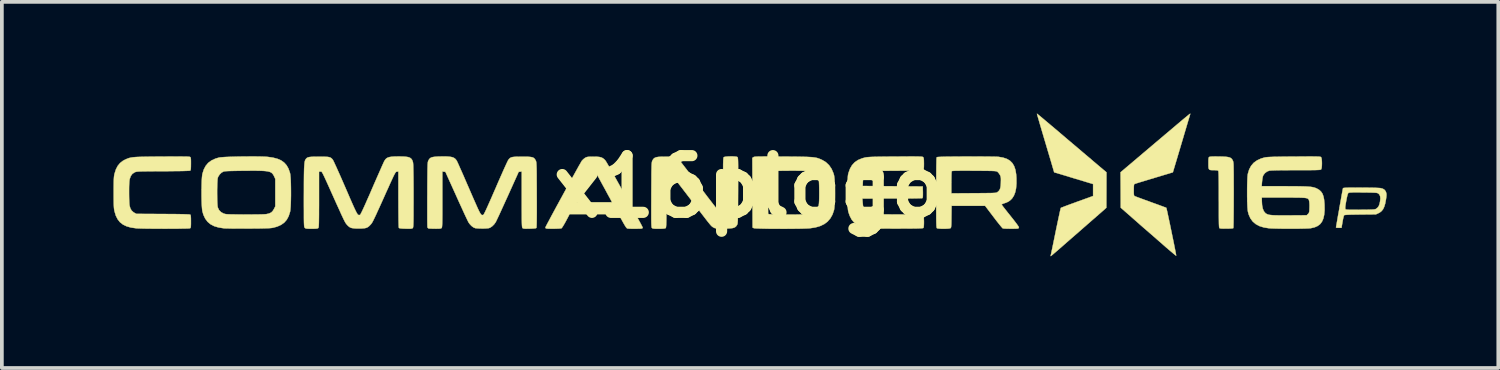
<source format=kicad_pcb>
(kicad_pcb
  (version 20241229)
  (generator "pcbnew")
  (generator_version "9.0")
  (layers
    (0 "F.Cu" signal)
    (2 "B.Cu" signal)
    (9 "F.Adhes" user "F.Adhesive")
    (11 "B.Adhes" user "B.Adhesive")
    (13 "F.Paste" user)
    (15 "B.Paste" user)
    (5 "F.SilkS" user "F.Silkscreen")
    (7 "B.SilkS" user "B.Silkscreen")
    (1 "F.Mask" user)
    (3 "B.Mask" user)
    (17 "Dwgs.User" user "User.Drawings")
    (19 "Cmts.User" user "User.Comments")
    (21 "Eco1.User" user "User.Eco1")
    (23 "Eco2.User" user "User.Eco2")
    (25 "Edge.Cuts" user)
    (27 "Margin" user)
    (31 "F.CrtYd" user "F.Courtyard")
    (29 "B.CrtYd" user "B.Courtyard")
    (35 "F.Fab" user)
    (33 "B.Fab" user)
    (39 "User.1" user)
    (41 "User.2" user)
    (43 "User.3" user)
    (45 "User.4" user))
  (footprint "x16plogo"
    (layer "F.Cu")
    (at 17.067 1.967)
    (property "Reference" "x16plogo" (at 0 0 0) (layer "F.SilkS") (effects (font (size 1.524 1.524) (thickness 0.3))))
    (attr through_hole)
    (fp_poly (pts (xy 12.629 -0.811) (xy 12.647 -0.811) (xy 12.747 -0.808) (xy 12.825 -0.804) (xy 12.884 -0.796) (xy 12.928 -0.785) (xy 12.96 -0.769) (xy 12.984 -0.748) (xy 13.004 -0.719) (xy 13.011 -0.705) (xy 13.016 -0.694) (xy 13.02 -0.683) (xy 13.024 -0.668) (xy 13.027 -0.648) (xy 13.03 -0.622) (xy 13.032 -0.586) (xy 13.033 -0.541) (xy 13.034 -0.483) (xy 13.035 -0.411) (xy 13.036 -0.322) (xy 13.036 -0.216) (xy 13.036 -0.09) (xy 13.037 0.058) (xy 13.037 0.224) (xy 13.036 0.372) (xy 13.036 0.511) (xy 13.035 0.642) (xy 13.034 0.76) (xy 13.033 0.865) (xy 13.032 0.954) (xy 13.03 1.026) (xy 13.029 1.077) (xy 13.027 1.107) (xy 13.026 1.113) (xy 13.009 1.119) (xy 12.972 1.123) (xy 12.921 1.125) (xy 12.863 1.127) (xy 12.802 1.127) (xy 12.746 1.126) (xy 12.699 1.124) (xy 12.667 1.12) (xy 12.659 1.117) (xy 12.654 1.113) (xy 12.65 1.106) (xy 12.647 1.093) (xy 12.644 1.073) (xy 12.642 1.044) (xy 12.64 1.003) (xy 12.639 0.95) (xy 12.638 0.882) (xy 12.637 0.797) (xy 12.637 0.694) (xy 12.637 0.569) (xy 12.637 0.422) (xy 12.636 0.345) (xy 12.636 0.177) (xy 12.636 0.033) (xy 12.635 -0.089) (xy 12.634 -0.19) (xy 12.633 -0.27) (xy 12.631 -0.333) (xy 12.629 -0.379) (xy 12.626 -0.409) (xy 12.623 -0.426) (xy 12.621 -0.429) (xy 12.6 -0.438) (xy 12.558 -0.443) (xy 12.506 -0.445) (xy 12.448 -0.445) (xy 12.407 -0.449) (xy 12.381 -0.46) (xy 12.366 -0.482) (xy 12.359 -0.52) (xy 12.357 -0.576) (xy 12.357 -0.629) (xy 12.357 -0.695) (xy 12.359 -0.74) (xy 12.362 -0.769) (xy 12.367 -0.786) (xy 12.376 -0.796) (xy 12.384 -0.801) (xy 12.409 -0.807) (xy 12.458 -0.81) (xy 12.531 -0.812) (xy 12.629 -0.811)) (stroke (width 0.01) (type solid)) (fill yes) (layer "F.SilkS"))
    (fp_poly (pts (xy 7.759 -1.955) (xy 7.787 -1.933) (xy 7.831 -1.897) (xy 7.889 -1.849) (xy 7.96 -1.789) (xy 8.041 -1.721) (xy 8.132 -1.644) (xy 8.231 -1.561) (xy 8.335 -1.473) (xy 8.338 -1.47) (xy 8.456 -1.37) (xy 8.579 -1.265) (xy 8.704 -1.159) (xy 8.828 -1.055) (xy 8.946 -0.954) (xy 9.057 -0.86) (xy 9.156 -0.777) (xy 9.24 -0.705) (xy 9.269 -0.68) (xy 9.617 -0.386) (xy 9.616 0.09) (xy 9.614 0.565) (xy 9.572 0.603) (xy 9.553 0.621) (xy 9.517 0.652) (xy 9.467 0.696) (xy 9.405 0.75) (xy 9.335 0.811) (xy 9.258 0.878) (xy 9.202 0.927) (xy 9.11 1.007) (xy 9.005 1.099) (xy 8.891 1.199) (xy 8.774 1.301) (xy 8.659 1.401) (xy 8.551 1.495) (xy 8.5 1.54) (xy 8.418 1.612) (xy 8.341 1.679) (xy 8.273 1.738) (xy 8.214 1.788) (xy 8.168 1.828) (xy 8.136 1.854) (xy 8.121 1.866) (xy 8.12 1.867) (xy 8.118 1.857) (xy 8.12 1.845) (xy 8.124 1.827) (xy 8.133 1.787) (xy 8.145 1.73) (xy 8.16 1.659) (xy 8.177 1.577) (xy 8.192 1.505) (xy 8.23 1.319) (xy 8.263 1.157) (xy 8.292 1.018) (xy 8.317 0.9) (xy 8.338 0.802) (xy 8.355 0.723) (xy 8.368 0.662) (xy 8.379 0.617) (xy 8.386 0.587) (xy 8.391 0.572) (xy 8.393 0.569) (xy 8.406 0.563) (xy 8.441 0.55) (xy 8.494 0.529) (xy 8.563 0.503) (xy 8.644 0.473) (xy 8.736 0.439) (xy 8.83 0.405) (xy 9.258 0.25) (xy 9.258 -0.071) (xy 8.735 -0.229) (xy 8.212 -0.387) (xy 8.169 -0.533) (xy 8.157 -0.574) (xy 8.139 -0.637) (xy 8.115 -0.718) (xy 8.086 -0.814) (xy 8.054 -0.922) (xy 8.019 -1.04) (xy 7.982 -1.165) (xy 7.944 -1.292) (xy 7.936 -1.319) (xy 7.9 -1.441) (xy 7.866 -1.556) (xy 7.835 -1.661) (xy 7.808 -1.754) (xy 7.785 -1.833) (xy 7.767 -1.895) (xy 7.755 -1.938) (xy 7.75 -1.96) (xy 7.749 -1.962) (xy 7.759 -1.955)) (stroke (width 0.01) (type solid)) (fill yes) (layer "F.SilkS"))
    (fp_poly (pts (xy 11.87 -1.959) (xy 11.869 -1.955) (xy 11.869 -1.954) (xy 11.864 -1.939) (xy 11.853 -1.902) (xy 11.836 -1.845) (xy 11.813 -1.769) (xy 11.786 -1.678) (xy 11.755 -1.573) (xy 11.72 -1.456) (xy 11.683 -1.33) (xy 11.643 -1.196) (xy 11.633 -1.162) (xy 11.593 -1.027) (xy 11.555 -0.9) (xy 11.52 -0.782) (xy 11.488 -0.675) (xy 11.46 -0.582) (xy 11.437 -0.505) (xy 11.419 -0.445) (xy 11.407 -0.405) (xy 11.401 -0.387) (xy 11.4 -0.386) (xy 11.388 -0.382) (xy 11.354 -0.372) (xy 11.301 -0.356) (xy 11.231 -0.335) (xy 11.147 -0.31) (xy 11.052 -0.281) (xy 10.948 -0.25) (xy 10.903 -0.236) (xy 10.795 -0.204) (xy 10.693 -0.173) (xy 10.601 -0.145) (xy 10.521 -0.121) (xy 10.457 -0.101) (xy 10.41 -0.086) (xy 10.384 -0.078) (xy 10.38 -0.077) (xy 10.368 -0.07) (xy 10.36 -0.06) (xy 10.356 -0.04) (xy 10.353 -0.008) (xy 10.352 0.043) (xy 10.351 0.088) (xy 10.351 0.153) (xy 10.353 0.198) (xy 10.356 0.226) (xy 10.362 0.243) (xy 10.371 0.251) (xy 10.373 0.252) (xy 10.39 0.259) (xy 10.427 0.274) (xy 10.483 0.295) (xy 10.554 0.321) (xy 10.638 0.352) (xy 10.73 0.385) (xy 10.808 0.414) (xy 10.905 0.449) (xy 10.994 0.481) (xy 11.072 0.51) (xy 11.137 0.534) (xy 11.186 0.552) (xy 11.216 0.563) (xy 11.225 0.567) (xy 11.229 0.58) (xy 11.237 0.615) (xy 11.25 0.669) (xy 11.265 0.74) (xy 11.283 0.824) (xy 11.303 0.919) (xy 11.325 1.022) (xy 11.347 1.13) (xy 11.37 1.24) (xy 11.392 1.349) (xy 11.414 1.454) (xy 11.434 1.553) (xy 11.452 1.643) (xy 11.467 1.72) (xy 11.479 1.783) (xy 11.487 1.827) (xy 11.491 1.851) (xy 11.491 1.854) (xy 11.481 1.849) (xy 11.454 1.828) (xy 11.412 1.794) (xy 11.358 1.748) (xy 11.293 1.693) (xy 11.219 1.63) (xy 11.139 1.56) (xy 11.132 1.553) (xy 11.048 1.48) (xy 10.968 1.41) (xy 10.895 1.346) (xy 10.83 1.289) (xy 10.776 1.243) (xy 10.737 1.208) (xy 10.715 1.189) (xy 10.69 1.168) (xy 10.65 1.133) (xy 10.595 1.086) (xy 10.53 1.029) (xy 10.458 0.965) (xy 10.379 0.896) (xy 10.327 0.85) (xy 10.001 0.564) (xy 9.999 0.088) (xy 9.996 -0.387) (xy 10.904 -1.156) (xy 11.063 -1.29) (xy 11.203 -1.409) (xy 11.327 -1.513) (xy 11.434 -1.604) (xy 11.526 -1.682) (xy 11.605 -1.748) (xy 11.67 -1.803) (xy 11.724 -1.848) (xy 11.768 -1.884) (xy 11.802 -1.912) (xy 11.828 -1.933) (xy 11.846 -1.947) (xy 11.858 -1.956) (xy 11.866 -1.96) (xy 11.869 -1.961) (xy 11.87 -1.959)) (stroke (width 0.01) (type solid)) (fill yes) (layer "F.SilkS"))
    (fp_poly (pts (xy 16.558 0.026) (xy 16.664 0.027) (xy 16.76 0.028) (xy 16.843 0.03) (xy 16.91 0.033) (xy 16.958 0.036) (xy 16.981 0.038) (xy 17.046 0.056) (xy 17.091 0.085) (xy 17.121 0.126) (xy 17.131 0.153) (xy 17.139 0.181) (xy 17.142 0.209) (xy 17.141 0.243) (xy 17.136 0.29) (xy 17.127 0.349) (xy 17.107 0.455) (xy 17.082 0.538) (xy 17.051 0.604) (xy 17.012 0.654) (xy 16.964 0.692) (xy 16.93 0.71) (xy 16.859 0.743) (xy 16.438 0.747) (xy 16.317 0.749) (xy 16.22 0.75) (xy 16.144 0.752) (xy 16.087 0.755) (xy 16.046 0.758) (xy 16.02 0.761) (xy 16.005 0.766) (xy 16.002 0.768) (xy 15.995 0.787) (xy 15.985 0.825) (xy 15.973 0.877) (xy 15.962 0.939) (xy 15.961 0.945) (xy 15.933 1.105) (xy 15.86 1.105) (xy 15.82 1.104) (xy 15.794 1.101) (xy 15.786 1.097) (xy 15.788 1.082) (xy 15.794 1.046) (xy 15.804 0.99) (xy 15.816 0.92) (xy 15.83 0.837) (xy 15.846 0.746) (xy 15.864 0.649) (xy 15.879 0.561) (xy 16.033 0.561) (xy 16.034 0.585) (xy 16.038 0.6) (xy 16.041 0.604) (xy 16.048 0.61) (xy 16.061 0.614) (xy 16.083 0.617) (xy 16.117 0.619) (xy 16.164 0.621) (xy 16.229 0.621) (xy 16.312 0.621) (xy 16.418 0.62) (xy 16.445 0.62) (xy 16.555 0.619) (xy 16.642 0.618) (xy 16.71 0.616) (xy 16.761 0.614) (xy 16.798 0.612) (xy 16.825 0.608) (xy 16.843 0.604) (xy 16.858 0.598) (xy 16.87 0.59) (xy 16.875 0.586) (xy 16.911 0.555) (xy 16.937 0.515) (xy 16.956 0.462) (xy 16.97 0.395) (xy 16.978 0.316) (xy 16.971 0.254) (xy 16.949 0.209) (xy 16.925 0.185) (xy 16.914 0.178) (xy 16.901 0.172) (xy 16.883 0.167) (xy 16.857 0.163) (xy 16.821 0.161) (xy 16.771 0.159) (xy 16.704 0.157) (xy 16.618 0.156) (xy 16.512 0.155) (xy 16.403 0.154) (xy 16.317 0.154) (xy 16.251 0.154) (xy 16.202 0.155) (xy 16.167 0.157) (xy 16.143 0.16) (xy 16.128 0.164) (xy 16.118 0.169) (xy 16.113 0.174) (xy 16.102 0.197) (xy 16.089 0.242) (xy 16.074 0.307) (xy 16.059 0.389) (xy 16.058 0.391) (xy 16.045 0.467) (xy 16.037 0.522) (xy 16.033 0.561) (xy 15.879 0.561) (xy 15.881 0.549) (xy 15.899 0.45) (xy 15.916 0.355) (xy 15.931 0.267) (xy 15.945 0.19) (xy 15.957 0.126) (xy 15.966 0.079) (xy 15.971 0.052) (xy 15.972 0.048) (xy 15.975 0.042) (xy 15.982 0.037) (xy 15.996 0.033) (xy 16.019 0.031) (xy 16.054 0.029) (xy 16.102 0.027) (xy 16.167 0.026) (xy 16.25 0.026) (xy 16.355 0.025) (xy 16.446 0.025) (xy 16.558 0.026)) (stroke (width 0.01) (type solid)) (fill yes) (layer "F.SilkS"))
    (fp_poly (pts (xy -4.079 -0.805) (xy -4.012 -0.799) (xy -3.961 -0.787) (xy -3.919 -0.767) (xy -3.882 -0.739) (xy -3.845 -0.699) (xy -3.834 -0.682) (xy -3.812 -0.645) (xy -3.779 -0.59) (xy -3.739 -0.519) (xy -3.691 -0.435) (xy -3.637 -0.339) (xy -3.577 -0.234) (xy -3.514 -0.121) (xy -3.448 -0.003) (xy -3.38 0.119) (xy -3.312 0.242) (xy -3.244 0.365) (xy -3.178 0.484) (xy -3.114 0.599) (xy -3.055 0.707) (xy -3.001 0.806) (xy -2.953 0.895) (xy -2.912 0.97) (xy -2.88 1.03) (xy -2.858 1.074) (xy -2.846 1.098) (xy -2.845 1.102) (xy -2.855 1.117) (xy -2.865 1.123) (xy -2.886 1.126) (xy -2.926 1.128) (xy -2.98 1.129) (xy -3.042 1.13) (xy -3.106 1.13) (xy -3.166 1.129) (xy -3.216 1.127) (xy -3.25 1.124) (xy -3.26 1.122) (xy -3.276 1.111) (xy -3.298 1.084) (xy -3.327 1.038) (xy -3.365 0.973) (xy -3.391 0.926) (xy -3.494 0.737) (xy -4.81 0.737) (xy -4.907 0.921) (xy -4.942 0.984) (xy -4.974 1.039) (xy -5.001 1.082) (xy -5.021 1.11) (xy -5.029 1.118) (xy -5.049 1.121) (xy -5.088 1.125) (xy -5.142 1.127) (xy -5.204 1.129) (xy -5.269 1.129) (xy -5.331 1.129) (xy -5.385 1.128) (xy -5.425 1.125) (xy -5.445 1.122) (xy -5.46 1.105) (xy -5.461 1.098) (xy -5.455 1.084) (xy -5.438 1.05) (xy -5.411 0.997) (xy -5.374 0.929) (xy -5.33 0.846) (xy -5.28 0.752) (xy -5.223 0.647) (xy -5.163 0.535) (xy -5.099 0.419) (xy -4.638 0.419) (xy -3.669 0.419) (xy -3.684 0.391) (xy -3.706 0.349) (xy -3.736 0.293) (xy -3.773 0.226) (xy -3.814 0.15) (xy -3.858 0.068) (xy -3.904 -0.015) (xy -3.949 -0.098) (xy -3.992 -0.177) (xy -4.031 -0.248) (xy -4.065 -0.31) (xy -4.092 -0.358) (xy -4.11 -0.39) (xy -4.118 -0.403) (xy -4.14 -0.416) (xy -4.159 -0.419) (xy -4.169 -0.416) (xy -4.181 -0.407) (xy -4.196 -0.388) (xy -4.215 -0.359) (xy -4.241 -0.315) (xy -4.274 -0.256) (xy -4.316 -0.179) (xy -4.368 -0.082) (xy -4.369 -0.079) (xy -4.417 0.01) (xy -4.463 0.096) (xy -4.506 0.175) (xy -4.543 0.244) (xy -4.572 0.298) (xy -4.591 0.334) (xy -4.594 0.34) (xy -4.638 0.419) (xy -5.099 0.419) (xy -5.099 0.418) (xy -5.032 0.296) (xy -4.965 0.173) (xy -4.898 0.05) (xy -4.831 -0.07) (xy -4.768 -0.186) (xy -4.707 -0.295) (xy -4.651 -0.396) (xy -4.601 -0.486) (xy -4.558 -0.563) (xy -4.522 -0.625) (xy -4.496 -0.671) (xy -4.48 -0.697) (xy -4.476 -0.702) (xy -4.441 -0.738) (xy -4.399 -0.771) (xy -4.389 -0.777) (xy -4.365 -0.789) (xy -4.342 -0.797) (xy -4.313 -0.802) (xy -4.273 -0.805) (xy -4.217 -0.806) (xy -4.166 -0.806) (xy -4.079 -0.805)) (stroke (width 0.01) (type solid)) (fill yes) (layer "F.SilkS"))
    (fp_poly (pts (xy 0.523 -0.812) (xy 0.639 -0.811) (xy 0.776 -0.81) (xy 0.93 -0.809) (xy 1.099 -0.808) (xy 1.246 -0.807) (xy 1.371 -0.805) (xy 1.477 -0.803) (xy 1.567 -0.801) (xy 1.642 -0.797) (xy 1.705 -0.793) (xy 1.757 -0.787) (xy 1.801 -0.78) (xy 1.84 -0.772) (xy 1.874 -0.761) (xy 1.907 -0.749) (xy 1.941 -0.735) (xy 1.977 -0.718) (xy 1.978 -0.718) (xy 2.079 -0.657) (xy 2.163 -0.577) (xy 2.23 -0.479) (xy 2.28 -0.362) (xy 2.296 -0.308) (xy 2.303 -0.263) (xy 2.31 -0.197) (xy 2.314 -0.114) (xy 2.318 -0.02) (xy 2.319 0.082) (xy 2.32 0.188) (xy 2.319 0.292) (xy 2.316 0.39) (xy 2.312 0.479) (xy 2.306 0.553) (xy 2.299 0.608) (xy 2.296 0.626) (xy 2.255 0.747) (xy 2.198 0.849) (xy 2.125 0.935) (xy 2.034 1.004) (xy 1.925 1.056) (xy 1.797 1.094) (xy 1.648 1.117) (xy 1.642 1.117) (xy 1.594 1.121) (xy 1.528 1.123) (xy 1.445 1.126) (xy 1.349 1.128) (xy 1.242 1.129) (xy 1.127 1.13) (xy 1.007 1.131) (xy 0.885 1.131) (xy 0.763 1.13) (xy 0.644 1.13) (xy 0.532 1.129) (xy 0.428 1.127) (xy 0.336 1.125) (xy 0.258 1.123) (xy 0.198 1.12) (xy 0.157 1.117) (xy 0.14 1.114) (xy 0.108 1.098) (xy 0.105 0.375) (xy 0.523 0.375) (xy 0.523 0.476) (xy 0.523 0.564) (xy 0.524 0.636) (xy 0.525 0.69) (xy 0.526 0.723) (xy 0.527 0.733) (xy 0.54 0.737) (xy 0.576 0.741) (xy 0.631 0.743) (xy 0.702 0.746) (xy 0.785 0.748) (xy 0.878 0.749) (xy 0.977 0.75) (xy 1.079 0.75) (xy 1.181 0.75) (xy 1.28 0.749) (xy 1.372 0.747) (xy 1.455 0.745) (xy 1.525 0.743) (xy 1.578 0.74) (xy 1.611 0.736) (xy 1.699 0.714) (xy 1.768 0.68) (xy 1.823 0.632) (xy 1.826 0.628) (xy 1.847 0.6) (xy 1.864 0.57) (xy 1.877 0.537) (xy 1.886 0.495) (xy 1.892 0.441) (xy 1.896 0.373) (xy 1.898 0.287) (xy 1.899 0.18) (xy 1.899 0.159) (xy 1.898 0.047) (xy 1.896 -0.042) (xy 1.893 -0.113) (xy 1.887 -0.169) (xy 1.878 -0.212) (xy 1.866 -0.247) (xy 1.851 -0.277) (xy 1.83 -0.305) (xy 1.826 -0.31) (xy 1.802 -0.337) (xy 1.777 -0.36) (xy 1.748 -0.379) (xy 1.713 -0.394) (xy 1.669 -0.406) (xy 1.616 -0.416) (xy 1.549 -0.422) (xy 1.468 -0.427) (xy 1.369 -0.429) (xy 1.25 -0.43) (xy 1.11 -0.43) (xy 1.029 -0.429) (xy 0.527 -0.425) (xy 0.524 0.146) (xy 0.523 0.264) (xy 0.523 0.375) (xy 0.105 0.375) (xy 0.105 0.162) (xy 0.101 -0.774) (xy 0.133 -0.794) (xy 0.141 -0.799) (xy 0.154 -0.802) (xy 0.172 -0.805) (xy 0.199 -0.807) (xy 0.236 -0.809) (xy 0.285 -0.811) (xy 0.348 -0.811) (xy 0.426 -0.812) (xy 0.523 -0.812)) (stroke (width 0.01) (type solid)) (fill yes) (layer "F.SilkS"))
    (fp_poly (pts (xy -15.225 -0.81) (xy -15.144 -0.809) (xy -15.083 -0.808) (xy -15.042 -0.805) (xy -15.018 -0.802) (xy -15.012 -0.801) (xy -15.002 -0.793) (xy -14.994 -0.782) (xy -14.99 -0.762) (xy -14.987 -0.729) (xy -14.986 -0.679) (xy -14.986 -0.617) (xy -14.987 -0.541) (xy -14.989 -0.487) (xy -14.994 -0.453) (xy -15.001 -0.436) (xy -15.003 -0.434) (xy -15.018 -0.43) (xy -15.055 -0.427) (xy -15.115 -0.425) (xy -15.198 -0.422) (xy -15.305 -0.42) (xy -15.436 -0.419) (xy -15.591 -0.417) (xy -15.73 -0.416) (xy -15.882 -0.416) (xy -16.011 -0.415) (xy -16.119 -0.414) (xy -16.208 -0.413) (xy -16.28 -0.412) (xy -16.337 -0.41) (xy -16.382 -0.408) (xy -16.416 -0.406) (xy -16.442 -0.403) (xy -16.461 -0.399) (xy -16.477 -0.395) (xy -16.49 -0.39) (xy -16.5 -0.385) (xy -16.56 -0.345) (xy -16.603 -0.286) (xy -16.631 -0.208) (xy -16.636 -0.185) (xy -16.641 -0.142) (xy -16.645 -0.079) (xy -16.648 -0.002) (xy -16.649 0.086) (xy -16.649 0.177) (xy -16.648 0.268) (xy -16.646 0.352) (xy -16.643 0.425) (xy -16.639 0.481) (xy -16.636 0.504) (xy -16.615 0.581) (xy -16.582 0.639) (xy -16.533 0.684) (xy -16.51 0.699) (xy -16.453 0.73) (xy -15.736 0.734) (xy -15.561 0.735) (xy -15.41 0.736) (xy -15.284 0.738) (xy -15.182 0.74) (xy -15.103 0.743) (xy -15.047 0.745) (xy -15.014 0.749) (xy -15.003 0.751) (xy -14.995 0.766) (xy -14.99 0.796) (xy -14.987 0.846) (xy -14.986 0.917) (xy -14.986 0.935) (xy -14.986 1.004) (xy -14.988 1.052) (xy -14.99 1.083) (xy -14.995 1.102) (xy -15.003 1.112) (xy -15.011 1.117) (xy -15.028 1.12) (xy -15.068 1.122) (xy -15.127 1.124) (xy -15.204 1.125) (xy -15.294 1.127) (xy -15.396 1.128) (xy -15.507 1.128) (xy -15.623 1.129) (xy -15.742 1.129) (xy -15.861 1.128) (xy -15.977 1.128) (xy -16.087 1.127) (xy -16.19 1.126) (xy -16.281 1.124) (xy -16.358 1.122) (xy -16.418 1.12) (xy -16.458 1.118) (xy -16.461 1.117) (xy -16.599 1.097) (xy -16.715 1.064) (xy -16.813 1.017) (xy -16.892 0.955) (xy -16.955 0.876) (xy -17.004 0.779) (xy -17.039 0.663) (xy -17.046 0.632) (xy -17.051 0.599) (xy -17.055 0.561) (xy -17.058 0.514) (xy -17.06 0.455) (xy -17.061 0.38) (xy -17.062 0.288) (xy -17.062 0.174) (xy -17.062 0.152) (xy -17.062 0.034) (xy -17.061 -0.062) (xy -17.06 -0.138) (xy -17.058 -0.199) (xy -17.055 -0.247) (xy -17.051 -0.286) (xy -17.046 -0.318) (xy -17.04 -0.346) (xy -17.039 -0.349) (xy -17.002 -0.465) (xy -16.953 -0.56) (xy -16.89 -0.636) (xy -16.813 -0.696) (xy -16.759 -0.725) (xy -16.725 -0.741) (xy -16.693 -0.754) (xy -16.662 -0.766) (xy -16.628 -0.775) (xy -16.59 -0.783) (xy -16.546 -0.79) (xy -16.493 -0.795) (xy -16.429 -0.799) (xy -16.352 -0.802) (xy -16.26 -0.804) (xy -16.15 -0.806) (xy -16.02 -0.807) (xy -15.869 -0.809) (xy -15.771 -0.809) (xy -15.599 -0.81) (xy -15.452 -0.811) (xy -15.327 -0.811) (xy -15.225 -0.81)) (stroke (width 0.01) (type solid)) (fill yes) (layer "F.SilkS"))
    (fp_poly (pts (xy -13.276 -0.812) (xy -13.17 -0.811) (xy -13.075 -0.809) (xy -12.995 -0.806) (xy -12.933 -0.802) (xy -12.922 -0.801) (xy -12.782 -0.781) (xy -12.663 -0.75) (xy -12.563 -0.707) (xy -12.482 -0.649) (xy -12.417 -0.577) (xy -12.366 -0.488) (xy -12.328 -0.381) (xy -12.322 -0.359) (xy -12.315 -0.316) (xy -12.309 -0.252) (xy -12.304 -0.171) (xy -12.301 -0.077) (xy -12.299 0.027) (xy -12.298 0.135) (xy -12.298 0.244) (xy -12.3 0.35) (xy -12.303 0.449) (xy -12.307 0.537) (xy -12.313 0.609) (xy -12.319 0.661) (xy -12.323 0.677) (xy -12.36 0.792) (xy -12.411 0.887) (xy -12.478 0.964) (xy -12.562 1.024) (xy -12.665 1.071) (xy -12.765 1.099) (xy -12.792 1.105) (xy -12.822 1.109) (xy -12.86 1.113) (xy -12.906 1.116) (xy -12.965 1.118) (xy -13.038 1.12) (xy -13.127 1.122) (xy -13.236 1.123) (xy -13.367 1.124) (xy -13.43 1.124) (xy -13.553 1.125) (xy -13.671 1.125) (xy -13.782 1.125) (xy -13.882 1.124) (xy -13.969 1.122) (xy -14.038 1.121) (xy -14.087 1.119) (xy -14.107 1.117) (xy -14.245 1.095) (xy -14.362 1.06) (xy -14.46 1.009) (xy -14.539 0.942) (xy -14.602 0.858) (xy -14.65 0.757) (xy -14.678 0.66) (xy -14.685 0.613) (xy -14.691 0.544) (xy -14.696 0.459) (xy -14.699 0.361) (xy -14.701 0.255) (xy -14.701 0.178) (xy -14.282 0.178) (xy -14.281 0.27) (xy -14.28 0.356) (xy -14.277 0.433) (xy -14.273 0.496) (xy -14.268 0.54) (xy -14.265 0.555) (xy -14.231 0.628) (xy -14.178 0.683) (xy -14.107 0.722) (xy -14.055 0.736) (xy -14.026 0.739) (xy -13.976 0.742) (xy -13.907 0.744) (xy -13.824 0.745) (xy -13.729 0.747) (xy -13.627 0.747) (xy -13.521 0.748) (xy -13.414 0.748) (xy -13.31 0.747) (xy -13.213 0.746) (xy -13.125 0.745) (xy -13.052 0.743) (xy -12.995 0.74) (xy -12.959 0.737) (xy -12.953 0.736) (xy -12.882 0.719) (xy -12.83 0.694) (xy -12.791 0.657) (xy -12.758 0.605) (xy -12.757 0.603) (xy -12.719 0.529) (xy -12.719 -0.21) (xy -12.752 -0.281) (xy -12.769 -0.314) (xy -12.787 -0.341) (xy -12.809 -0.365) (xy -12.836 -0.384) (xy -12.871 -0.399) (xy -12.915 -0.41) (xy -12.972 -0.419) (xy -13.043 -0.425) (xy -13.131 -0.428) (xy -13.237 -0.43) (xy -13.363 -0.43) (xy -13.512 -0.429) (xy -13.551 -0.429) (xy -13.689 -0.427) (xy -13.804 -0.425) (xy -13.897 -0.423) (xy -13.971 -0.421) (xy -14.028 -0.418) (xy -14.07 -0.415) (xy -14.098 -0.41) (xy -14.113 -0.406) (xy -14.166 -0.376) (xy -14.214 -0.329) (xy -14.251 -0.272) (xy -14.265 -0.239) (xy -14.27 -0.207) (xy -14.274 -0.155) (xy -14.278 -0.085) (xy -14.28 -0.004) (xy -14.282 0.085) (xy -14.282 0.178) (xy -14.701 0.178) (xy -14.701 0.146) (xy -14.7 0.036) (xy -14.698 -0.068) (xy -14.695 -0.163) (xy -14.69 -0.245) (xy -14.683 -0.309) (xy -14.678 -0.343) (xy -14.641 -0.461) (xy -14.589 -0.56) (xy -14.521 -0.641) (xy -14.434 -0.705) (xy -14.328 -0.754) (xy -14.229 -0.783) (xy -14.193 -0.788) (xy -14.135 -0.793) (xy -14.058 -0.798) (xy -13.965 -0.802) (xy -13.861 -0.805) (xy -13.748 -0.808) (xy -13.629 -0.81) (xy -13.509 -0.811) (xy -13.39 -0.812) (xy -13.276 -0.812)) (stroke (width 0.01) (type solid)) (fill yes) (layer "F.SilkS"))
    (fp_poly (pts (xy 4.505 -0.811) (xy 4.562 -0.81) (xy 4.606 -0.809) (xy 4.639 -0.807) (xy 4.661 -0.805) (xy 4.676 -0.801) (xy 4.686 -0.798) (xy 4.691 -0.794) (xy 4.7 -0.78) (xy 4.706 -0.758) (xy 4.71 -0.723) (xy 4.711 -0.671) (xy 4.712 -0.617) (xy 4.711 -0.543) (xy 4.708 -0.491) (xy 4.702 -0.46) (xy 4.695 -0.447) (xy 4.679 -0.443) (xy 4.641 -0.44) (xy 4.578 -0.437) (xy 4.493 -0.435) (xy 4.383 -0.433) (xy 4.248 -0.431) (xy 4.089 -0.43) (xy 3.975 -0.429) (xy 3.27 -0.425) (xy 3.21 -0.396) (xy 3.154 -0.36) (xy 3.114 -0.313) (xy 3.088 -0.252) (xy 3.073 -0.173) (xy 3.07 -0.112) (xy 3.067 -0.019) (xy 4.68 -0.006) (xy 4.684 0.145) (xy 4.684 0.215) (xy 4.683 0.263) (xy 4.679 0.292) (xy 4.672 0.306) (xy 4.671 0.307) (xy 4.656 0.309) (xy 4.617 0.31) (xy 4.558 0.312) (xy 4.479 0.313) (xy 4.385 0.315) (xy 4.275 0.316) (xy 4.154 0.316) (xy 4.023 0.317) (xy 3.883 0.317) (xy 3.856 0.317) (xy 3.057 0.318) (xy 3.065 0.42) (xy 3.074 0.506) (xy 3.089 0.573) (xy 3.111 0.623) (xy 3.14 0.663) (xy 3.143 0.666) (xy 3.159 0.682) (xy 3.175 0.695) (xy 3.192 0.706) (xy 3.213 0.716) (xy 3.239 0.723) (xy 3.273 0.729) (xy 3.317 0.734) (xy 3.374 0.738) (xy 3.444 0.74) (xy 3.53 0.742) (xy 3.635 0.744) (xy 3.76 0.745) (xy 3.907 0.746) (xy 3.981 0.746) (xy 4.154 0.747) (xy 4.303 0.749) (xy 4.427 0.751) (xy 4.527 0.753) (xy 4.604 0.756) (xy 4.657 0.758) (xy 4.687 0.762) (xy 4.695 0.764) (xy 4.702 0.782) (xy 4.707 0.819) (xy 4.71 0.869) (xy 4.712 0.926) (xy 4.712 0.984) (xy 4.71 1.037) (xy 4.706 1.079) (xy 4.7 1.104) (xy 4.699 1.105) (xy 4.694 1.109) (xy 4.682 1.113) (xy 4.663 1.116) (xy 4.633 1.118) (xy 4.591 1.12) (xy 4.535 1.122) (xy 4.463 1.123) (xy 4.373 1.124) (xy 4.262 1.125) (xy 4.13 1.125) (xy 4.023 1.126) (xy 3.892 1.126) (xy 3.765 1.125) (xy 3.646 1.125) (xy 3.537 1.124) (xy 3.442 1.123) (xy 3.362 1.121) (xy 3.302 1.119) (xy 3.263 1.118) (xy 3.257 1.117) (xy 3.121 1.097) (xy 3.006 1.065) (xy 2.91 1.019) (xy 2.832 0.959) (xy 2.769 0.882) (xy 2.719 0.786) (xy 2.684 0.686) (xy 2.678 0.661) (xy 2.673 0.634) (xy 2.669 0.602) (xy 2.666 0.563) (xy 2.664 0.512) (xy 2.662 0.447) (xy 2.661 0.365) (xy 2.661 0.264) (xy 2.661 0.159) (xy 2.661 0.038) (xy 2.661 -0.061) (xy 2.662 -0.14) (xy 2.664 -0.203) (xy 2.666 -0.252) (xy 2.669 -0.29) (xy 2.673 -0.321) (xy 2.679 -0.348) (xy 2.684 -0.368) (xy 2.726 -0.484) (xy 2.781 -0.579) (xy 2.852 -0.656) (xy 2.94 -0.716) (xy 3.048 -0.761) (xy 3.124 -0.782) (xy 3.147 -0.787) (xy 3.174 -0.791) (xy 3.206 -0.794) (xy 3.245 -0.797) (xy 3.294 -0.8) (xy 3.355 -0.802) (xy 3.43 -0.804) (xy 3.522 -0.805) (xy 3.631 -0.807) (xy 3.762 -0.808) (xy 3.915 -0.809) (xy 3.945 -0.809) (xy 4.1 -0.81) (xy 4.231 -0.811) (xy 4.341 -0.812) (xy 4.432 -0.812) (xy 4.505 -0.811)) (stroke (width 0.01) (type solid)) (fill yes) (layer "F.SilkS"))
    (fp_poly (pts (xy 15.207 -0.811) (xy 15.262 -0.81) (xy 15.305 -0.809) (xy 15.336 -0.807) (xy 15.357 -0.804) (xy 15.371 -0.801) (xy 15.38 -0.797) (xy 15.384 -0.794) (xy 15.395 -0.77) (xy 15.402 -0.729) (xy 15.406 -0.675) (xy 15.407 -0.616) (xy 15.405 -0.558) (xy 15.4 -0.509) (xy 15.391 -0.475) (xy 15.385 -0.464) (xy 15.378 -0.46) (xy 15.366 -0.456) (xy 15.347 -0.453) (xy 15.319 -0.451) (xy 15.279 -0.449) (xy 15.226 -0.447) (xy 15.157 -0.446) (xy 15.071 -0.445) (xy 14.965 -0.445) (xy 14.838 -0.445) (xy 14.713 -0.445) (xy 14.542 -0.444) (xy 14.392 -0.443) (xy 14.266 -0.442) (xy 14.162 -0.44) (xy 14.082 -0.437) (xy 14.026 -0.434) (xy 13.995 -0.431) (xy 13.995 -0.431) (xy 13.93 -0.406) (xy 13.874 -0.363) (xy 13.833 -0.309) (xy 13.819 -0.273) (xy 13.811 -0.236) (xy 13.803 -0.183) (xy 13.797 -0.126) (xy 13.796 -0.117) (xy 13.788 -0.013) (xy 14.384 -0.013) (xy 14.545 -0.012) (xy 14.684 -0.012) (xy 14.801 -0.01) (xy 14.9 -0.008) (xy 14.982 -0.005) (xy 15.05 -0.001) (xy 15.106 0.004) (xy 15.152 0.011) (xy 15.191 0.02) (xy 15.224 0.03) (xy 15.254 0.042) (xy 15.274 0.051) (xy 15.336 0.088) (xy 15.384 0.132) (xy 15.421 0.187) (xy 15.447 0.257) (xy 15.465 0.343) (xy 15.475 0.451) (xy 15.477 0.489) (xy 15.479 0.632) (xy 15.468 0.754) (xy 15.445 0.856) (xy 15.409 0.939) (xy 15.359 1.005) (xy 15.293 1.055) (xy 15.212 1.091) (xy 15.114 1.114) (xy 15.096 1.117) (xy 15.058 1.12) (xy 14.998 1.123) (xy 14.921 1.125) (xy 14.829 1.127) (xy 14.727 1.128) (xy 14.618 1.128) (xy 14.506 1.128) (xy 14.396 1.128) (xy 14.29 1.127) (xy 14.192 1.125) (xy 14.107 1.123) (xy 14.037 1.12) (xy 13.988 1.117) (xy 13.986 1.117) (xy 13.847 1.095) (xy 13.728 1.058) (xy 13.629 1.005) (xy 13.548 0.936) (xy 13.485 0.85) (xy 13.439 0.746) (xy 13.418 0.667) (xy 13.412 0.624) (xy 13.407 0.561) (xy 13.403 0.48) (xy 13.4 0.387) (xy 13.399 0.292) (xy 13.792 0.292) (xy 13.792 0.384) (xy 13.799 0.496) (xy 13.817 0.589) (xy 13.847 0.66) (xy 13.889 0.71) (xy 13.902 0.72) (xy 13.924 0.733) (xy 13.948 0.744) (xy 13.976 0.753) (xy 14.011 0.759) (xy 14.056 0.764) (xy 14.113 0.768) (xy 14.184 0.77) (xy 14.273 0.771) (xy 14.382 0.771) (xy 14.513 0.771) (xy 14.525 0.771) (xy 14.998 0.768) (xy 15.033 0.733) (xy 15.049 0.716) (xy 15.059 0.698) (xy 15.066 0.674) (xy 15.07 0.638) (xy 15.072 0.584) (xy 15.073 0.562) (xy 15.074 0.495) (xy 15.071 0.436) (xy 15.066 0.392) (xy 15.063 0.378) (xy 15.057 0.359) (xy 15.05 0.343) (xy 15.041 0.33) (xy 15.026 0.319) (xy 15.005 0.311) (xy 14.974 0.304) (xy 14.932 0.299) (xy 14.876 0.296) (xy 14.805 0.294) (xy 14.716 0.293) (xy 14.607 0.292) (xy 14.476 0.292) (xy 14.383 0.292) (xy 13.792 0.292) (xy 13.399 0.292) (xy 13.398 0.284) (xy 13.398 0.177) (xy 13.398 0.069) (xy 13.399 -0.035) (xy 13.402 -0.132) (xy 13.405 -0.217) (xy 13.409 -0.286) (xy 13.415 -0.335) (xy 13.417 -0.345) (xy 13.452 -0.462) (xy 13.504 -0.56) (xy 13.574 -0.642) (xy 13.664 -0.707) (xy 13.772 -0.757) (xy 13.863 -0.783) (xy 13.886 -0.788) (xy 13.914 -0.792) (xy 13.948 -0.795) (xy 13.992 -0.798) (xy 14.048 -0.8) (xy 14.117 -0.803) (xy 14.201 -0.804) (xy 14.303 -0.806) (xy 14.426 -0.807) (xy 14.57 -0.809) (xy 14.657 -0.809) (xy 14.81 -0.81) (xy 14.939 -0.811) (xy 15.047 -0.812) (xy 15.135 -0.812) (xy 15.207 -0.811)) (stroke (width 0.01) (type solid)) (fill yes) (layer "F.SilkS"))
    (fp_poly (pts (xy 6.277 -0.81) (xy 6.398 -0.809) (xy 6.504 -0.808) (xy 6.593 -0.807) (xy 6.661 -0.805) (xy 6.708 -0.803) (xy 6.725 -0.801) (xy 6.844 -0.78) (xy 6.943 -0.746) (xy 7.024 -0.698) (xy 7.088 -0.634) (xy 7.136 -0.553) (xy 7.17 -0.454) (xy 7.19 -0.334) (xy 7.197 -0.234) (xy 7.198 -0.085) (xy 7.188 0.042) (xy 7.165 0.15) (xy 7.13 0.24) (xy 7.083 0.313) (xy 7.064 0.334) (xy 7.02 0.375) (xy 6.973 0.405) (xy 6.915 0.431) (xy 6.871 0.445) (xy 6.833 0.459) (xy 6.808 0.472) (xy 6.801 0.48) (xy 6.809 0.493) (xy 6.83 0.523) (xy 6.864 0.567) (xy 6.908 0.623) (xy 6.96 0.689) (xy 7.018 0.761) (xy 7.033 0.78) (xy 7.092 0.854) (xy 7.146 0.923) (xy 7.192 0.983) (xy 7.228 1.033) (xy 7.253 1.069) (xy 7.264 1.089) (xy 7.264 1.091) (xy 7.255 1.115) (xy 7.244 1.123) (xy 7.223 1.126) (xy 7.183 1.128) (xy 7.128 1.129) (xy 7.066 1.129) (xy 7.001 1.129) (xy 6.939 1.128) (xy 6.886 1.126) (xy 6.848 1.123) (xy 6.831 1.12) (xy 6.818 1.108) (xy 6.792 1.078) (xy 6.755 1.033) (xy 6.709 0.976) (xy 6.656 0.909) (xy 6.599 0.834) (xy 6.583 0.813) (xy 6.356 0.514) (xy 5.455 0.514) (xy 5.451 0.806) (xy 5.45 0.901) (xy 5.449 0.974) (xy 5.447 1.027) (xy 5.444 1.065) (xy 5.44 1.09) (xy 5.435 1.105) (xy 5.428 1.113) (xy 5.427 1.114) (xy 5.405 1.121) (xy 5.365 1.126) (xy 5.311 1.129) (xy 5.251 1.13) (xy 5.19 1.13) (xy 5.135 1.127) (xy 5.091 1.123) (xy 5.065 1.117) (xy 5.064 1.117) (xy 5.06 1.113) (xy 5.056 1.106) (xy 5.053 1.094) (xy 5.051 1.076) (xy 5.048 1.05) (xy 5.047 1.013) (xy 5.045 0.964) (xy 5.044 0.903) (xy 5.043 0.825) (xy 5.043 0.731) (xy 5.042 0.619) (xy 5.042 0.485) (xy 5.042 0.33) (xy 5.042 0.179) (xy 5.448 0.179) (xy 6.051 0.175) (xy 6.19 0.174) (xy 6.306 0.173) (xy 6.401 0.172) (xy 6.478 0.171) (xy 6.538 0.17) (xy 6.584 0.168) (xy 6.619 0.166) (xy 6.644 0.163) (xy 6.661 0.159) (xy 6.673 0.154) (xy 6.683 0.149) (xy 6.689 0.145) (xy 6.724 0.114) (xy 6.748 0.08) (xy 6.764 0.037) (xy 6.774 -0.021) (xy 6.779 -0.097) (xy 6.779 -0.114) (xy 6.781 -0.179) (xy 6.78 -0.225) (xy 6.776 -0.259) (xy 6.769 -0.285) (xy 6.757 -0.312) (xy 6.754 -0.317) (xy 6.729 -0.356) (xy 6.7 -0.39) (xy 6.689 -0.399) (xy 6.68 -0.405) (xy 6.669 -0.41) (xy 6.655 -0.415) (xy 6.634 -0.418) (xy 6.605 -0.421) (xy 6.565 -0.423) (xy 6.513 -0.425) (xy 6.445 -0.426) (xy 6.36 -0.427) (xy 6.255 -0.428) (xy 6.128 -0.429) (xy 6.061 -0.429) (xy 5.918 -0.43) (xy 5.798 -0.43) (xy 5.699 -0.43) (xy 5.621 -0.429) (xy 5.56 -0.428) (xy 5.515 -0.426) (xy 5.485 -0.424) (xy 5.467 -0.42) (xy 5.459 -0.416) (xy 5.459 -0.416) (xy 5.456 -0.399) (xy 5.453 -0.361) (xy 5.451 -0.305) (xy 5.45 -0.235) (xy 5.449 -0.154) (xy 5.448 -0.111) (xy 5.448 0.179) (xy 5.042 0.179) (xy 5.042 0.168) (xy 5.042 -0.009) (xy 5.043 -0.171) (xy 5.044 -0.317) (xy 5.045 -0.446) (xy 5.046 -0.556) (xy 5.048 -0.646) (xy 5.049 -0.715) (xy 5.051 -0.762) (xy 5.054 -0.785) (xy 5.054 -0.787) (xy 5.059 -0.791) (xy 5.071 -0.795) (xy 5.089 -0.798) (xy 5.118 -0.8) (xy 5.158 -0.802) (xy 5.212 -0.804) (xy 5.28 -0.806) (xy 5.366 -0.807) (xy 5.47 -0.808) (xy 5.595 -0.809) (xy 5.743 -0.81) (xy 5.845 -0.81) (xy 5.998 -0.811) (xy 6.143 -0.811) (xy 6.277 -0.81)) (stroke (width 0.01) (type solid)) (fill yes) (layer "F.SilkS"))
    (fp_poly (pts (xy -0.429 -0.814) (xy -0.373 -0.811) (xy -0.329 -0.806) (xy -0.302 -0.798) (xy -0.301 -0.797) (xy -0.296 -0.792) (xy -0.293 -0.785) (xy -0.29 -0.772) (xy -0.287 -0.752) (xy -0.285 -0.724) (xy -0.283 -0.685) (xy -0.282 -0.634) (xy -0.281 -0.568) (xy -0.281 -0.487) (xy -0.281 -0.389) (xy -0.281 -0.271) (xy -0.281 -0.132) (xy -0.282 0.03) (xy -0.282 0.102) (xy -0.283 0.273) (xy -0.284 0.42) (xy -0.284 0.546) (xy -0.285 0.652) (xy -0.286 0.741) (xy -0.287 0.812) (xy -0.289 0.87) (xy -0.29 0.915) (xy -0.293 0.95) (xy -0.295 0.976) (xy -0.298 0.994) (xy -0.302 1.008) (xy -0.306 1.019) (xy -0.311 1.028) (xy -0.312 1.029) (xy -0.332 1.06) (xy -0.357 1.083) (xy -0.388 1.1) (xy -0.43 1.112) (xy -0.486 1.119) (xy -0.561 1.123) (xy -0.656 1.124) (xy -0.667 1.124) (xy -0.749 1.124) (xy -0.81 1.123) (xy -0.854 1.121) (xy -0.885 1.118) (xy -0.909 1.112) (xy -0.928 1.104) (xy -0.946 1.094) (xy -0.957 1.088) (xy -0.968 1.081) (xy -0.978 1.074) (xy -0.989 1.065) (xy -1.003 1.051) (xy -1.02 1.033) (xy -1.041 1.008) (xy -1.068 0.975) (xy -1.102 0.933) (xy -1.143 0.88) (xy -1.193 0.815) (xy -1.254 0.736) (xy -1.325 0.643) (xy -1.409 0.533) (xy -1.507 0.406) (xy -1.598 0.286) (xy -1.701 0.152) (xy -1.79 0.036) (xy -1.866 -0.062) (xy -1.929 -0.145) (xy -1.982 -0.213) (xy -2.026 -0.267) (xy -2.061 -0.31) (xy -2.089 -0.343) (xy -2.11 -0.366) (xy -2.127 -0.383) (xy -2.14 -0.393) (xy -2.15 -0.398) (xy -2.159 -0.4) (xy -2.163 -0.4) (xy -2.203 -0.4) (xy -2.207 0.349) (xy -2.207 0.507) (xy -2.208 0.641) (xy -2.209 0.753) (xy -2.21 0.846) (xy -2.211 0.921) (xy -2.213 0.981) (xy -2.214 1.026) (xy -2.217 1.06) (xy -2.219 1.083) (xy -2.222 1.099) (xy -2.226 1.109) (xy -2.231 1.114) (xy -2.231 1.114) (xy -2.255 1.122) (xy -2.302 1.128) (xy -2.374 1.13) (xy -2.415 1.13) (xy -2.485 1.13) (xy -2.534 1.128) (xy -2.566 1.124) (xy -2.586 1.117) (xy -2.597 1.11) (xy -2.601 1.104) (xy -2.604 1.094) (xy -2.607 1.078) (xy -2.609 1.054) (xy -2.611 1.021) (xy -2.613 0.976) (xy -2.614 0.918) (xy -2.615 0.845) (xy -2.615 0.755) (xy -2.615 0.647) (xy -2.615 0.519) (xy -2.614 0.368) (xy -2.614 0.218) (xy -2.613 0.048) (xy -2.612 -0.099) (xy -2.611 -0.224) (xy -2.611 -0.329) (xy -2.61 -0.416) (xy -2.608 -0.487) (xy -2.607 -0.544) (xy -2.605 -0.589) (xy -2.603 -0.623) (xy -2.6 -0.649) (xy -2.597 -0.668) (xy -2.593 -0.682) (xy -2.589 -0.693) (xy -2.584 -0.704) (xy -2.584 -0.704) (xy -2.564 -0.737) (xy -2.542 -0.762) (xy -2.513 -0.78) (xy -2.474 -0.793) (xy -2.422 -0.801) (xy -2.353 -0.805) (xy -2.263 -0.806) (xy -2.223 -0.806) (xy -2.13 -0.806) (xy -2.059 -0.804) (xy -2.005 -0.799) (xy -1.964 -0.791) (xy -1.933 -0.778) (xy -1.906 -0.76) (xy -1.88 -0.736) (xy -1.87 -0.726) (xy -1.857 -0.71) (xy -1.831 -0.676) (xy -1.791 -0.625) (xy -1.74 -0.559) (xy -1.679 -0.48) (xy -1.609 -0.389) (xy -1.532 -0.289) (xy -1.449 -0.18) (xy -1.361 -0.064) (xy -1.3 0.016) (xy -1.195 0.153) (xy -1.105 0.272) (xy -1.027 0.373) (xy -0.962 0.457) (xy -0.907 0.527) (xy -0.862 0.584) (xy -0.826 0.629) (xy -0.797 0.663) (xy -0.775 0.688) (xy -0.757 0.705) (xy -0.744 0.716) (xy -0.734 0.722) (xy -0.725 0.724) (xy -0.723 0.724) (xy -0.686 0.724) (xy -0.686 -0.024) (xy -0.686 -0.183) (xy -0.686 -0.317) (xy -0.685 -0.431) (xy -0.684 -0.524) (xy -0.684 -0.6) (xy -0.682 -0.66) (xy -0.681 -0.706) (xy -0.678 -0.74) (xy -0.676 -0.764) (xy -0.673 -0.78) (xy -0.669 -0.789) (xy -0.666 -0.793) (xy -0.645 -0.801) (xy -0.604 -0.808) (xy -0.551 -0.812) (xy -0.49 -0.814) (xy -0.429 -0.814)) (stroke (width 0.01) (type solid)) (fill yes) (layer "F.SilkS"))
    (fp_poly (pts (xy -8.095 -0.811) (xy -8.021 -0.804) (xy -7.964 -0.793) (xy -7.919 -0.775) (xy -7.885 -0.751) (xy -7.857 -0.719) (xy -7.84 -0.692) (xy -7.83 -0.671) (xy -7.81 -0.629) (xy -7.783 -0.569) (xy -7.749 -0.491) (xy -7.708 -0.4) (xy -7.662 -0.296) (xy -7.613 -0.182) (xy -7.56 -0.06) (xy -7.51 0.054) (xy -7.446 0.202) (xy -7.391 0.328) (xy -7.344 0.434) (xy -7.305 0.522) (xy -7.273 0.593) (xy -7.246 0.649) (xy -7.224 0.692) (xy -7.205 0.723) (xy -7.19 0.744) (xy -7.177 0.756) (xy -7.164 0.762) (xy -7.152 0.763) (xy -7.14 0.76) (xy -7.129 0.757) (xy -7.12 0.747) (xy -7.104 0.719) (xy -7.081 0.674) (xy -7.05 0.609) (xy -7.012 0.525) (xy -6.965 0.42) (xy -6.909 0.294) (xy -6.845 0.146) (xy -6.795 0.033) (xy -6.74 -0.096) (xy -6.686 -0.218) (xy -6.636 -0.332) (xy -6.59 -0.436) (xy -6.549 -0.527) (xy -6.514 -0.603) (xy -6.486 -0.663) (xy -6.466 -0.703) (xy -6.455 -0.723) (xy -6.455 -0.723) (xy -6.432 -0.75) (xy -6.41 -0.77) (xy -6.384 -0.785) (xy -6.351 -0.795) (xy -6.306 -0.801) (xy -6.246 -0.805) (xy -6.168 -0.806) (xy -6.09 -0.806) (xy -5.991 -0.806) (xy -5.913 -0.804) (xy -5.855 -0.798) (xy -5.811 -0.79) (xy -5.779 -0.776) (xy -5.755 -0.757) (xy -5.736 -0.731) (xy -5.721 -0.704) (xy -5.716 -0.694) (xy -5.712 -0.682) (xy -5.708 -0.667) (xy -5.705 -0.647) (xy -5.703 -0.62) (xy -5.701 -0.584) (xy -5.699 -0.537) (xy -5.697 -0.478) (xy -5.696 -0.405) (xy -5.695 -0.315) (xy -5.695 -0.207) (xy -5.694 -0.078) (xy -5.693 0.072) (xy -5.693 0.216) (xy -5.692 0.397) (xy -5.692 0.559) (xy -5.692 0.702) (xy -5.693 0.825) (xy -5.694 0.927) (xy -5.696 1.007) (xy -5.698 1.064) (xy -5.7 1.097) (xy -5.702 1.105) (xy -5.712 1.113) (xy -5.734 1.119) (xy -5.772 1.123) (xy -5.828 1.126) (xy -5.884 1.128) (xy -5.955 1.129) (xy -6.005 1.129) (xy -6.038 1.126) (xy -6.059 1.121) (xy -6.073 1.114) (xy -6.075 1.111) (xy -6.079 1.105) (xy -6.083 1.095) (xy -6.086 1.078) (xy -6.089 1.054) (xy -6.091 1.019) (xy -6.093 0.973) (xy -6.094 0.912) (xy -6.095 0.836) (xy -6.095 0.742) (xy -6.096 0.629) (xy -6.096 0.494) (xy -6.096 0.341) (xy -6.096 -0.408) (xy -6.137 -0.404) (xy -6.178 -0.4) (xy -6.47 0.248) (xy -6.526 0.37) (xy -6.579 0.487) (xy -6.629 0.596) (xy -6.674 0.695) (xy -6.714 0.782) (xy -6.748 0.853) (xy -6.774 0.908) (xy -6.791 0.943) (xy -6.797 0.954) (xy -6.84 1.014) (xy -6.891 1.064) (xy -6.944 1.1) (xy -6.981 1.114) (xy -7.015 1.118) (xy -7.065 1.122) (xy -7.125 1.124) (xy -7.163 1.124) (xy -7.224 1.123) (xy -7.282 1.12) (xy -7.327 1.116) (xy -7.345 1.114) (xy -7.395 1.093) (xy -7.448 1.053) (xy -7.497 1) (xy -7.529 0.954) (xy -7.54 0.931) (xy -7.561 0.888) (xy -7.59 0.827) (xy -7.627 0.749) (xy -7.669 0.657) (xy -7.716 0.554) (xy -7.768 0.441) (xy -7.822 0.322) (xy -7.855 0.248) (xy -8.148 -0.4) (xy -8.23 -0.408) (xy -8.23 0.341) (xy -8.23 0.499) (xy -8.23 0.634) (xy -8.23 0.748) (xy -8.231 0.841) (xy -8.232 0.917) (xy -8.233 0.977) (xy -8.235 1.023) (xy -8.237 1.057) (xy -8.24 1.081) (xy -8.243 1.097) (xy -8.247 1.106) (xy -8.25 1.11) (xy -8.263 1.119) (xy -8.286 1.125) (xy -8.322 1.128) (xy -8.377 1.129) (xy -8.424 1.129) (xy -8.486 1.128) (xy -8.54 1.126) (xy -8.58 1.124) (xy -8.601 1.122) (xy -8.622 1.106) (xy -8.63 1.088) (xy -8.631 1.071) (xy -8.632 1.031) (xy -8.633 0.969) (xy -8.634 0.889) (xy -8.634 0.792) (xy -8.634 0.68) (xy -8.634 0.556) (xy -8.634 0.421) (xy -8.634 0.279) (xy -8.633 0.203) (xy -8.633 0.035) (xy -8.632 -0.111) (xy -8.631 -0.234) (xy -8.63 -0.338) (xy -8.629 -0.424) (xy -8.628 -0.494) (xy -8.626 -0.55) (xy -8.625 -0.594) (xy -8.622 -0.627) (xy -8.62 -0.653) (xy -8.616 -0.671) (xy -8.612 -0.685) (xy -8.608 -0.697) (xy -8.604 -0.704) (xy -8.583 -0.74) (xy -8.559 -0.766) (xy -8.526 -0.785) (xy -8.482 -0.797) (xy -8.423 -0.805) (xy -8.343 -0.81) (xy -8.302 -0.811) (xy -8.187 -0.813) (xy -8.095 -0.811)) (stroke (width 0.01) (type solid)) (fill yes) (layer "F.SilkS"))
    (fp_poly (pts (xy -9.296 -0.811) (xy -9.212 -0.805) (xy -9.147 -0.795) (xy -9.099 -0.777) (xy -9.065 -0.751) (xy -9.041 -0.717) (xy -9.024 -0.671) (xy -9.018 -0.647) (xy -9.015 -0.618) (xy -9.012 -0.564) (xy -9.01 -0.484) (xy -9.008 -0.38) (xy -9.006 -0.25) (xy -9.005 -0.095) (xy -9.004 0.084) (xy -9.004 0.254) (xy -9.004 0.421) (xy -9.005 0.565) (xy -9.005 0.687) (xy -9.005 0.789) (xy -9.006 0.873) (xy -9.007 0.941) (xy -9.009 0.994) (xy -9.01 1.035) (xy -9.013 1.064) (xy -9.015 1.085) (xy -9.019 1.099) (xy -9.022 1.108) (xy -9.025 1.111) (xy -9.037 1.12) (xy -9.056 1.125) (xy -9.086 1.129) (xy -9.132 1.129) (xy -9.197 1.129) (xy -9.216 1.128) (xy -9.289 1.126) (xy -9.34 1.122) (xy -9.373 1.118) (xy -9.391 1.111) (xy -9.398 1.105) (xy -9.401 1.088) (xy -9.403 1.048) (xy -9.405 0.986) (xy -9.407 0.902) (xy -9.408 0.8) (xy -9.409 0.681) (xy -9.41 0.545) (xy -9.41 0.396) (xy -9.411 0.339) (xy -9.411 -0.408) (xy -9.451 -0.404) (xy -9.46 -0.403) (xy -9.469 -0.4) (xy -9.478 -0.393) (xy -9.488 -0.38) (xy -9.501 -0.36) (xy -9.517 -0.331) (xy -9.538 -0.29) (xy -9.564 -0.235) (xy -9.596 -0.166) (xy -9.636 -0.079) (xy -9.683 0.027) (xy -9.741 0.153) (xy -9.749 0.171) (xy -9.818 0.326) (xy -9.878 0.459) (xy -9.929 0.572) (xy -9.973 0.667) (xy -10.009 0.747) (xy -10.04 0.812) (xy -10.065 0.864) (xy -10.085 0.905) (xy -10.102 0.938) (xy -10.116 0.963) (xy -10.129 0.982) (xy -10.14 0.998) (xy -10.152 1.012) (xy -10.164 1.025) (xy -10.169 1.03) (xy -10.204 1.065) (xy -10.239 1.09) (xy -10.278 1.107) (xy -10.326 1.117) (xy -10.389 1.122) (xy -10.471 1.123) (xy -10.484 1.123) (xy -10.568 1.122) (xy -10.632 1.116) (xy -10.681 1.106) (xy -10.72 1.088) (xy -10.755 1.061) (xy -10.788 1.028) (xy -10.8 1.014) (xy -10.812 1) (xy -10.823 0.984) (xy -10.836 0.965) (xy -10.85 0.939) (xy -10.867 0.906) (xy -10.888 0.864) (xy -10.913 0.81) (xy -10.945 0.743) (xy -10.982 0.66) (xy -11.027 0.561) (xy -11.081 0.443) (xy -11.144 0.303) (xy -11.158 0.271) (xy -11.222 0.129) (xy -11.276 0.008) (xy -11.322 -0.094) (xy -11.36 -0.177) (xy -11.391 -0.244) (xy -11.416 -0.297) (xy -11.436 -0.337) (xy -11.451 -0.366) (xy -11.463 -0.386) (xy -11.473 -0.398) (xy -11.481 -0.405) (xy -11.488 -0.407) (xy -11.496 -0.407) (xy -11.504 -0.406) (xy -11.506 -0.406) (xy -11.544 -0.406) (xy -11.544 0.342) (xy -11.544 0.5) (xy -11.545 0.635) (xy -11.545 0.748) (xy -11.546 0.842) (xy -11.547 0.917) (xy -11.548 0.977) (xy -11.55 1.023) (xy -11.552 1.057) (xy -11.554 1.081) (xy -11.558 1.097) (xy -11.561 1.107) (xy -11.564 1.11) (xy -11.578 1.119) (xy -11.601 1.125) (xy -11.639 1.128) (xy -11.694 1.13) (xy -11.742 1.13) (xy -11.809 1.13) (xy -11.856 1.128) (xy -11.887 1.125) (xy -11.907 1.119) (xy -11.921 1.109) (xy -11.925 1.105) (xy -11.93 1.099) (xy -11.935 1.092) (xy -11.939 1.081) (xy -11.942 1.065) (xy -11.944 1.041) (xy -11.946 1.008) (xy -11.948 0.964) (xy -11.949 0.907) (xy -11.95 0.835) (xy -11.95 0.746) (xy -11.95 0.639) (xy -11.951 0.511) (xy -11.951 0.36) (xy -11.951 0.27) (xy -11.95 0.09) (xy -11.95 -0.066) (xy -11.949 -0.2) (xy -11.948 -0.315) (xy -11.946 -0.411) (xy -11.944 -0.49) (xy -11.94 -0.555) (xy -11.936 -0.608) (xy -11.932 -0.649) (xy -11.926 -0.68) (xy -11.919 -0.705) (xy -11.911 -0.723) (xy -11.905 -0.733) (xy -11.888 -0.756) (xy -11.868 -0.774) (xy -11.842 -0.787) (xy -11.806 -0.796) (xy -11.756 -0.802) (xy -11.691 -0.805) (xy -11.605 -0.806) (xy -11.544 -0.806) (xy -11.447 -0.806) (xy -11.372 -0.804) (xy -11.315 -0.801) (xy -11.272 -0.794) (xy -11.24 -0.783) (xy -11.215 -0.768) (xy -11.193 -0.747) (xy -11.173 -0.723) (xy -11.163 -0.705) (xy -11.143 -0.665) (xy -11.116 -0.606) (xy -11.081 -0.531) (xy -11.04 -0.44) (xy -10.994 -0.337) (xy -10.944 -0.224) (xy -10.891 -0.102) (xy -10.835 0.026) (xy -10.832 0.033) (xy -10.767 0.183) (xy -10.712 0.311) (xy -10.664 0.42) (xy -10.624 0.51) (xy -10.591 0.583) (xy -10.563 0.641) (xy -10.541 0.685) (xy -10.522 0.718) (xy -10.506 0.741) (xy -10.493 0.754) (xy -10.48 0.761) (xy -10.469 0.763) (xy -10.456 0.761) (xy -10.443 0.757) (xy -10.434 0.748) (xy -10.42 0.723) (xy -10.399 0.683) (xy -10.371 0.625) (xy -10.336 0.549) (xy -10.293 0.454) (xy -10.242 0.338) (xy -10.181 0.201) (xy -10.118 0.054) (xy -10.063 -0.073) (xy -10.01 -0.194) (xy -9.96 -0.307) (xy -9.915 -0.409) (xy -9.875 -0.5) (xy -9.842 -0.575) (xy -9.815 -0.634) (xy -9.797 -0.674) (xy -9.788 -0.691) (xy -9.763 -0.729) (xy -9.735 -0.759) (xy -9.7 -0.78) (xy -9.655 -0.795) (xy -9.596 -0.805) (xy -9.52 -0.81) (xy -9.422 -0.812) (xy -9.402 -0.812) (xy -9.296 -0.811)) (stroke (width 0.01) (type solid)) (fill yes) (layer "F.SilkS")))
  (gr_rect
    (start -3 -3)
    (end 37.214 6.839)
    (stroke (width 0.1) (type default))
    (fill no)
    (layer "Edge.Cuts")))
</source>
